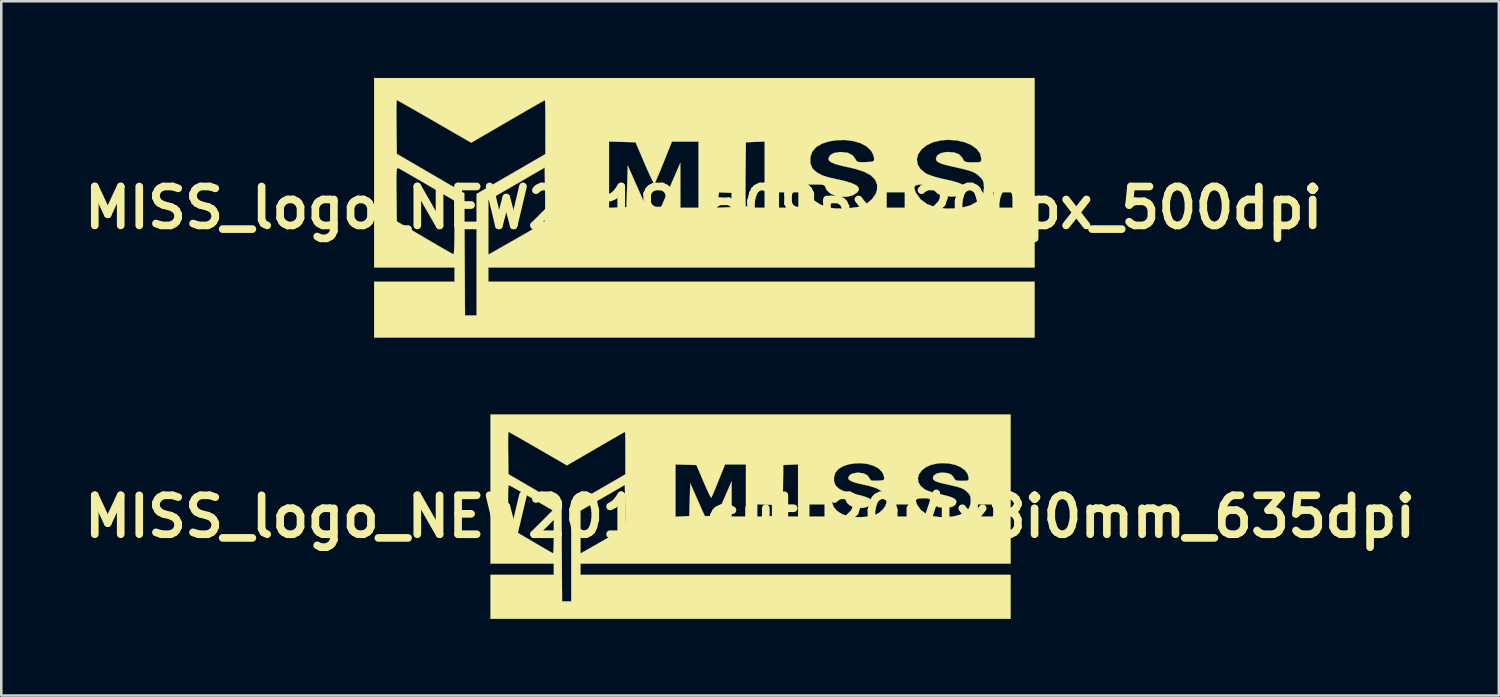
<source format=kicad_pcb>
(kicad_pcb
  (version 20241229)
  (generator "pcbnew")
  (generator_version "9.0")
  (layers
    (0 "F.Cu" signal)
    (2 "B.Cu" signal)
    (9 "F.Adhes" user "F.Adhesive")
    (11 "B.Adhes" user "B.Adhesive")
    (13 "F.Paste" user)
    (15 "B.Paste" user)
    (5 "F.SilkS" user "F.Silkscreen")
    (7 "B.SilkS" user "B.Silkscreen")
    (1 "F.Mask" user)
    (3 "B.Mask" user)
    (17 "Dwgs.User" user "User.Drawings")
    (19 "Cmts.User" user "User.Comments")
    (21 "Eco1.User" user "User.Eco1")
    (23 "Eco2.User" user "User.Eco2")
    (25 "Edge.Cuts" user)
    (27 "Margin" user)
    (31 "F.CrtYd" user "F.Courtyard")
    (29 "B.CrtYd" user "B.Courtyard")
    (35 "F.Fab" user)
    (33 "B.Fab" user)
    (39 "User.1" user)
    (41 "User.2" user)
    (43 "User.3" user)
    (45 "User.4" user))
  (footprint "MISS_logo_NEW2019_cut_20i4x8i0mm_635dpi"
    (layer "F.Cu")
    (at 26.314 17.175)
    (property "Reference" "MISS_logo_NEW2019_cut_20i4x8i0mm_635dpi" (at 0 0 0) (layer "F.SilkS") (effects (font (size 1.524 1.524) (thickness 0.3))))
    (attr through_hole)
    (fp_poly (pts (xy 10.2 1.84) (xy -6.64 1.84) (xy -6.64 2.28) (xy 10.2 2.28) (xy 10.2 4) (xy -10.16 4) (xy -10.16 2.28) (xy -7.68 2.28) (xy -7.68 1.84) (xy -10.16 1.84) (xy -10.16 -0.817) (xy -9.474 -0.817) (xy -9.473 -0.573) (xy -9.471 -0.415) (xy -9.46 0.42) (xy -8.6 0.926) (xy -8.363 1.065) (xy -8.148 1.19) (xy -7.966 1.295) (xy -7.826 1.374) (xy -7.737 1.423) (xy -7.71 1.436) (xy -7.701 1.399) (xy -7.693 1.294) (xy -7.687 1.132) (xy -7.682 0.926) (xy -7.68 0.686) (xy -7.68 0.61) (xy -7.681 -0.22) (xy -7.79 -0.284) (xy -7.857 -0.323) (xy -7.981 -0.395) (xy -8.15 -0.493) (xy -8.351 -0.611) (xy -8.573 -0.741) (xy -8.635 -0.777) (xy -8.856 -0.906) (xy -9.056 -1.021) (xy -9.223 -1.117) (xy -9.347 -1.186) (xy -9.417 -1.224) (xy -9.426 -1.228) (xy -9.445 -1.224) (xy -9.458 -1.19) (xy -9.468 -1.117) (xy -9.473 -0.996) (xy -9.474 -0.817) (xy -10.16 -0.817) (xy -10.16 -2.806) (xy -9.473 -2.806) (xy -9.472 -2.565) (xy -9.471 -2.491) (xy -9.46 -1.661) (xy -7.38 -0.45) (xy -7.37 1.435) (xy -7.359 3.32) (xy -7 3.32) (xy -7 -0.233) (xy -6.64 -0.233) (xy -6.64 1.446) (xy -6.41 1.316) (xy -6.297 1.252) (xy -6.133 1.158) (xy -5.933 1.043) (xy -5.715 0.919) (xy -5.56 0.83) (xy -5.358 0.714) (xy -5.181 0.61) (xy -5.038 0.526) (xy -4.944 0.468) (xy -4.909 0.445) (xy -4.9 0.397) (xy -4.894 0.282) (xy -4.889 0.112) (xy -4.888 0.004) (xy -2.92 0.004) (xy -2.917 0.004) (xy 0.28 0.004) (xy 0.86 -0.02) (xy 0.86 -0.46) (xy 0.57 -0.472) (xy 0.28 -0.484) (xy 0.28 0.004) (xy -2.917 0.004) (xy -2.65 -0.008) (xy -2.38 -0.02) (xy -2.34 -1.3) (xy -1.772 -0.02) (xy -1.314 -0.02) (xy -1.201 -0.28) (xy -1.136 -0.429) (xy -1.052 -0.622) (xy -0.961 -0.83) (xy -0.905 -0.96) (xy -0.721 -1.38) (xy -0.72 0) (xy -0.16 0) (xy -0.16 -0.544) (xy 1.287 -0.544) (xy 1.288 -0.336) (xy 1.29 -0.176) (xy 1.295 -0.077) (xy 1.298 -0.051) (xy 1.349 -0.02) (xy 1.473 -0.003) (xy 1.599 0) (xy 1.88 0) (xy 1.88 -0.48) (xy 2.32 -0.48) (xy 2.32 0) (xy 2.92 0) (xy 2.92 -0.48) (xy 2.32 -0.48) (xy 1.88 -0.48) (xy 1.88 -0.72) (xy 3.189 -0.72) (xy 3.211 -0.556) (xy 3.274 -0.377) (xy 3.407 -0.222) (xy 3.602 -0.097) (xy 3.849 -0.009) (xy 3.894 0.001) (xy 4.053 0.02) (xy 4.259 0.023) (xy 4.48 0.013) (xy 4.686 -0.01) (xy 4.847 -0.043) (xy 4.858 -0.047) (xy 5.035 -0.135) (xy 5.189 -0.266) (xy 5.3 -0.42) (xy 5.321 -0.48) (xy 5.64 -0.48) (xy 5.64 0) (xy 6.2 0) (xy 6.2 -0.48) (xy 5.64 -0.48) (xy 5.321 -0.48) (xy 5.342 -0.538) (xy 5.344 -0.621) (xy 6.489 -0.621) (xy 6.515 -0.52) (xy 6.546 -0.454) (xy 6.687 -0.257) (xy 6.889 -0.112) (xy 7.148 -0.017) (xy 7.463 0.024) (xy 7.686 0.023) (xy 7.969 -0.006) (xy 8.192 -0.064) (xy 8.237 -0.082) (xy 8.435 -0.19) (xy 8.562 -0.317) (xy 8.627 -0.475) (xy 8.627 -0.48) (xy 8.92 -0.48) (xy 8.92 0) (xy 9.52 0) (xy 9.52 -0.48) (xy 8.92 -0.48) (xy 8.627 -0.48) (xy 8.64 -0.618) (xy 8.633 -0.754) (xy 8.604 -0.845) (xy 8.54 -0.927) (xy 8.515 -0.952) (xy 8.442 -1.019) (xy 8.367 -1.071) (xy 8.276 -1.115) (xy 8.152 -1.156) (xy 7.982 -1.2) (xy 7.749 -1.253) (xy 7.724 -1.259) (xy 7.499 -1.311) (xy 7.342 -1.356) (xy 7.241 -1.397) (xy 7.185 -1.441) (xy 7.162 -1.492) (xy 7.16 -1.523) (xy 7.197 -1.612) (xy 7.297 -1.679) (xy 7.446 -1.716) (xy 7.526 -1.72) (xy 7.725 -1.704) (xy 7.865 -1.652) (xy 7.959 -1.557) (xy 7.979 -1.522) (xy 8.018 -1.456) (xy 8.064 -1.419) (xy 8.14 -1.404) (xy 8.268 -1.4) (xy 8.301 -1.4) (xy 8.44 -1.402) (xy 8.518 -1.411) (xy 8.552 -1.437) (xy 8.56 -1.485) (xy 8.56 -1.505) (xy 8.522 -1.669) (xy 8.417 -1.813) (xy 8.254 -1.933) (xy 8.045 -2.023) (xy 7.8 -2.079) (xy 7.529 -2.095) (xy 7.317 -2.079) (xy 7.068 -2.02) (xy 6.865 -1.924) (xy 6.711 -1.799) (xy 6.612 -1.654) (xy 6.571 -1.5) (xy 6.592 -1.344) (xy 6.679 -1.197) (xy 6.836 -1.068) (xy 6.866 -1.05) (xy 6.978 -1.003) (xy 7.141 -0.95) (xy 7.327 -0.9) (xy 7.418 -0.881) (xy 7.678 -0.822) (xy 7.866 -0.765) (xy 7.99 -0.708) (xy 8.059 -0.646) (xy 8.08 -0.576) (xy 8.043 -0.47) (xy 7.938 -0.395) (xy 7.768 -0.353) (xy 7.626 -0.346) (xy 7.391 -0.369) (xy 7.215 -0.436) (xy 7.101 -0.544) (xy 7.073 -0.603) (xy 7.046 -0.666) (xy 7.009 -0.701) (xy 6.938 -0.716) (xy 6.814 -0.72) (xy 6.775 -0.72) (xy 6.611 -0.712) (xy 6.518 -0.682) (xy 6.489 -0.621) (xy 5.344 -0.621) (xy 5.346 -0.719) (xy 5.281 -0.874) (xy 5.146 -1.005) (xy 4.939 -1.115) (xy 4.657 -1.205) (xy 4.508 -1.238) (xy 4.249 -1.296) (xy 4.062 -1.348) (xy 3.938 -1.398) (xy 3.869 -1.451) (xy 3.846 -1.509) (xy 3.847 -1.528) (xy 3.899 -1.623) (xy 4.016 -1.688) (xy 4.188 -1.717) (xy 4.24 -1.719) (xy 4.445 -1.693) (xy 4.592 -1.616) (xy 4.673 -1.507) (xy 4.706 -1.448) (xy 4.748 -1.416) (xy 4.82 -1.404) (xy 4.944 -1.406) (xy 4.993 -1.408) (xy 5.135 -1.416) (xy 5.214 -1.429) (xy 5.248 -1.454) (xy 5.254 -1.502) (xy 5.252 -1.53) (xy 5.224 -1.639) (xy 5.164 -1.754) (xy 5.159 -1.761) (xy 5.02 -1.896) (xy 4.828 -1.995) (xy 4.601 -2.06) (xy 4.353 -2.09) (xy 4.1 -2.085) (xy 3.858 -2.046) (xy 3.641 -1.974) (xy 3.465 -1.869) (xy 3.346 -1.73) (xy 3.34 -1.72) (xy 3.286 -1.549) (xy 3.288 -1.376) (xy 3.345 -1.228) (xy 3.375 -1.19) (xy 3.496 -1.084) (xy 3.648 -1.003) (xy 3.849 -0.937) (xy 4.03 -0.897) (xy 4.329 -0.83) (xy 4.551 -0.763) (xy 4.698 -0.695) (xy 4.774 -0.624) (xy 4.782 -0.548) (xy 4.73 -0.472) (xy 4.597 -0.386) (xy 4.429 -0.342) (xy 4.245 -0.338) (xy 4.066 -0.37) (xy 3.911 -0.437) (xy 3.8 -0.535) (xy 3.766 -0.599) (xy 3.74 -0.663) (xy 3.704 -0.7) (xy 3.637 -0.716) (xy 3.519 -0.72) (xy 3.457 -0.72) (xy 3.189 -0.72) (xy 1.88 -0.72) (xy 1.88 -2.044) (xy 1.59 -2.032) (xy 1.3 -2.02) (xy 1.289 -1.061) (xy 1.287 -0.79) (xy 1.287 -0.544) (xy -0.16 -0.544) (xy -0.16 -2.04) (xy -0.57 -2.04) (xy -0.98 -2.04) (xy -1.238 -1.398) (xy -1.323 -1.187) (xy -1.4 -1.003) (xy -1.462 -0.859) (xy -1.505 -0.767) (xy -1.521 -0.739) (xy -1.544 -0.769) (xy -1.592 -0.861) (xy -1.661 -1.004) (xy -1.743 -1.187) (xy -1.823 -1.372) (xy -2.1 -2.02) (xy -2.51 -2.031) (xy -2.92 -2.043) (xy -2.92 0.004) (xy -4.888 0.004) (xy -4.887 -0.102) (xy -4.888 -0.345) (xy -4.889 -0.414) (xy -4.9 -1.242) (xy -6.64 -0.233) (xy -7 -0.233) (xy -7 -0.427) (xy -5.94 -1.041) (xy -4.88 -1.654) (xy -4.88 -2.487) (xy -4.881 -2.735) (xy -4.882 -2.954) (xy -4.885 -3.132) (xy -4.889 -3.257) (xy -4.893 -3.316) (xy -4.894 -3.32) (xy -4.931 -3.301) (xy -5.028 -3.246) (xy -5.178 -3.16) (xy -5.373 -3.048) (xy -5.604 -2.915) (xy -5.863 -2.765) (xy -6.038 -2.663) (xy -7.167 -2.007) (xy -7.294 -2.079) (xy -7.36 -2.118) (xy -7.486 -2.191) (xy -7.661 -2.292) (xy -7.875 -2.415) (xy -8.118 -2.556) (xy -8.38 -2.707) (xy -8.43 -2.736) (xy -8.687 -2.885) (xy -8.922 -3.019) (xy -9.125 -3.135) (xy -9.288 -3.227) (xy -9.401 -3.29) (xy -9.457 -3.319) (xy -9.46 -3.32) (xy -9.466 -3.282) (xy -9.47 -3.176) (xy -9.473 -3.013) (xy -9.473 -2.806) (xy -10.16 -2.806) (xy -10.16 -4) (xy 10.2 -4) (xy 10.2 1.84)) (stroke (width 0.01) (type solid)) (fill yes) (layer "F.SilkS")))
  (footprint "MISS_logo_NEW2019_509px_200px_500dpi"
    (layer "F.Cu")
    (at 24.5 5.085)
    (property "Reference" "MISS_logo_NEW2019_509px_200px_500dpi" (at 0 0 0) (layer "F.SilkS") (effects (font (size 1.524 1.524) (thickness 0.3))))
    (attr through_hole)
    (fp_poly (pts (xy 12.954 2.337) (xy -8.433 2.337) (xy -8.433 2.896) (xy 12.954 2.896) (xy 12.954 5.08) (xy -12.903 5.08) (xy -12.903 2.896) (xy -9.754 2.896) (xy -9.754 2.337) (xy -12.903 2.337) (xy -12.903 -1.038) (xy -12.032 -1.038) (xy -12.03 -0.727) (xy -12.028 -0.527) (xy -12.014 0.533) (xy -10.922 1.176) (xy -10.621 1.353) (xy -10.348 1.511) (xy -10.117 1.645) (xy -9.939 1.746) (xy -9.826 1.807) (xy -9.792 1.824) (xy -9.78 1.777) (xy -9.77 1.644) (xy -9.762 1.438) (xy -9.757 1.175) (xy -9.754 0.871) (xy -9.754 0.775) (xy -9.754 -0.279) (xy -9.894 -0.36) (xy -9.979 -0.41) (xy -10.136 -0.502) (xy -10.35 -0.627) (xy -10.606 -0.776) (xy -10.888 -0.941) (xy -10.967 -0.987) (xy -11.247 -1.15) (xy -11.501 -1.297) (xy -11.714 -1.418) (xy -11.871 -1.507) (xy -11.96 -1.554) (xy -11.971 -1.559) (xy -11.995 -1.555) (xy -12.012 -1.511) (xy -12.024 -1.419) (xy -12.03 -1.265) (xy -12.032 -1.038) (xy -12.903 -1.038) (xy -12.903 -3.563) (xy -12.031 -3.563) (xy -12.029 -3.258) (xy -12.028 -3.163) (xy -12.014 -2.11) (xy -9.373 -0.572) (xy -9.346 4.216) (xy -8.89 4.216) (xy -8.89 -0.295) (xy -8.433 -0.295) (xy -8.433 1.836) (xy -8.141 1.671) (xy -7.998 1.589) (xy -7.789 1.47) (xy -7.535 1.325) (xy -7.258 1.167) (xy -7.061 1.054) (xy -6.805 0.907) (xy -6.579 0.775) (xy -6.399 0.668) (xy -6.279 0.595) (xy -6.235 0.565) (xy -6.224 0.505) (xy -6.215 0.358) (xy -6.209 0.142) (xy -6.208 0.005) (xy -3.708 0.005) (xy -3.704 0.004) (xy 0.356 0.004) (xy 0.724 -0.01) (xy 1.092 -0.025) (xy 1.092 -0.584) (xy 0.356 -0.614) (xy 0.356 0.004) (xy -3.704 0.004) (xy -3.023 -0.025) (xy -2.972 -1.651) (xy -2.251 -0.025) (xy -1.668 -0.025) (xy -1.525 -0.356) (xy -1.443 -0.545) (xy -1.336 -0.79) (xy -1.221 -1.054) (xy -1.149 -1.219) (xy -0.916 -1.753) (xy -0.915 -0.876) (xy -0.914 0) (xy -0.203 0) (xy -0.203 -0.691) (xy 1.634 -0.691) (xy 1.635 -0.426) (xy 1.639 -0.224) (xy 1.644 -0.098) (xy 1.648 -0.065) (xy 1.713 -0.025) (xy 1.871 -0.004) (xy 2.03 0) (xy 2.388 0) (xy 2.388 -0.61) (xy 2.946 -0.61) (xy 2.946 0) (xy 3.708 0) (xy 3.708 -0.61) (xy 2.946 -0.61) (xy 2.388 -0.61) (xy 2.388 -0.914) (xy 4.051 -0.914) (xy 4.079 -0.706) (xy 4.159 -0.479) (xy 4.327 -0.282) (xy 4.574 -0.123) (xy 4.889 -0.012) (xy 4.945 0.001) (xy 5.148 0.025) (xy 5.409 0.029) (xy 5.69 0.016) (xy 5.952 -0.013) (xy 6.155 -0.055) (xy 6.17 -0.059) (xy 6.394 -0.171) (xy 6.59 -0.338) (xy 6.731 -0.533) (xy 6.758 -0.61) (xy 7.163 -0.61) (xy 7.163 0) (xy 7.874 0) (xy 7.874 -0.61) (xy 7.163 -0.61) (xy 6.758 -0.61) (xy 6.785 -0.684) (xy 6.787 -0.789) (xy 8.241 -0.789) (xy 8.274 -0.661) (xy 8.314 -0.576) (xy 8.493 -0.327) (xy 8.748 -0.142) (xy 9.078 -0.022) (xy 9.478 0.031) (xy 9.761 0.029) (xy 10.12 -0.008) (xy 10.403 -0.082) (xy 10.461 -0.105) (xy 10.712 -0.241) (xy 10.873 -0.402) (xy 10.956 -0.603) (xy 10.956 -0.61) (xy 11.328 -0.61) (xy 11.328 0) (xy 12.09 0) (xy 12.09 -0.61) (xy 11.328 -0.61) (xy 10.956 -0.61) (xy 10.973 -0.785) (xy 10.964 -0.958) (xy 10.928 -1.073) (xy 10.846 -1.178) (xy 10.815 -1.209) (xy 10.722 -1.294) (xy 10.627 -1.36) (xy 10.51 -1.416) (xy 10.353 -1.468) (xy 10.137 -1.524) (xy 9.842 -1.592) (xy 9.809 -1.599) (xy 9.524 -1.665) (xy 9.324 -1.722) (xy 9.196 -1.774) (xy 9.125 -1.83) (xy 9.096 -1.895) (xy 9.093 -1.934) (xy 9.14 -2.047) (xy 9.267 -2.132) (xy 9.456 -2.179) (xy 9.558 -2.184) (xy 9.811 -2.164) (xy 9.988 -2.098) (xy 10.108 -1.977) (xy 10.133 -1.933) (xy 10.183 -1.849) (xy 10.241 -1.803) (xy 10.337 -1.783) (xy 10.5 -1.778) (xy 10.542 -1.778) (xy 10.719 -1.78) (xy 10.818 -1.792) (xy 10.861 -1.825) (xy 10.871 -1.886) (xy 10.871 -1.912) (xy 10.824 -2.12) (xy 10.69 -2.303) (xy 10.483 -2.455) (xy 10.217 -2.569) (xy 9.905 -2.64) (xy 9.562 -2.661) (xy 9.293 -2.641) (xy 8.976 -2.566) (xy 8.718 -2.443) (xy 8.523 -2.284) (xy 8.397 -2.101) (xy 8.345 -1.904) (xy 8.372 -1.707) (xy 8.482 -1.52) (xy 8.682 -1.356) (xy 8.72 -1.334) (xy 8.862 -1.273) (xy 9.069 -1.206) (xy 9.306 -1.144) (xy 9.42 -1.118) (xy 9.751 -1.043) (xy 9.99 -0.972) (xy 10.148 -0.899) (xy 10.235 -0.82) (xy 10.262 -0.732) (xy 10.215 -0.597) (xy 10.081 -0.502) (xy 9.865 -0.449) (xy 9.684 -0.439) (xy 9.387 -0.468) (xy 9.162 -0.553) (xy 9.018 -0.691) (xy 8.983 -0.765) (xy 8.949 -0.846) (xy 8.901 -0.891) (xy 8.811 -0.91) (xy 8.653 -0.914) (xy 8.604 -0.914) (xy 8.396 -0.904) (xy 8.278 -0.866) (xy 8.241 -0.789) (xy 6.787 -0.789) (xy 6.789 -0.913) (xy 6.707 -1.11) (xy 6.536 -1.277) (xy 6.272 -1.416) (xy 5.914 -1.53) (xy 5.725 -1.573) (xy 5.397 -1.646) (xy 5.159 -1.712) (xy 5.001 -1.776) (xy 4.913 -1.843) (xy 4.884 -1.916) (xy 4.886 -1.941) (xy 4.952 -2.061) (xy 5.1 -2.143) (xy 5.319 -2.181) (xy 5.385 -2.183) (xy 5.646 -2.15) (xy 5.832 -2.052) (xy 5.935 -1.914) (xy 5.977 -1.839) (xy 6.03 -1.799) (xy 6.121 -1.784) (xy 6.279 -1.786) (xy 6.341 -1.788) (xy 6.521 -1.798) (xy 6.622 -1.814) (xy 6.665 -1.847) (xy 6.673 -1.907) (xy 6.671 -1.944) (xy 6.634 -2.082) (xy 6.558 -2.228) (xy 6.552 -2.237) (xy 6.375 -2.408) (xy 6.132 -2.534) (xy 5.844 -2.616) (xy 5.529 -2.654) (xy 5.208 -2.648) (xy 4.899 -2.599) (xy 4.624 -2.507) (xy 4.4 -2.373) (xy 4.249 -2.198) (xy 4.242 -2.185) (xy 4.173 -1.968) (xy 4.175 -1.748) (xy 4.248 -1.56) (xy 4.286 -1.511) (xy 4.439 -1.377) (xy 4.633 -1.273) (xy 4.889 -1.19) (xy 5.118 -1.139) (xy 5.497 -1.054) (xy 5.779 -0.969) (xy 5.967 -0.883) (xy 6.064 -0.793) (xy 6.073 -0.696) (xy 6.007 -0.6) (xy 5.839 -0.49) (xy 5.625 -0.435) (xy 5.392 -0.429) (xy 5.164 -0.47) (xy 4.967 -0.554) (xy 4.826 -0.679) (xy 4.783 -0.76) (xy 4.75 -0.842) (xy 4.704 -0.888) (xy 4.619 -0.909) (xy 4.469 -0.914) (xy 4.39 -0.914) (xy 4.051 -0.914) (xy 2.388 -0.914) (xy 2.388 -2.595) (xy 1.651 -2.565) (xy 1.637 -1.347) (xy 1.635 -1.003) (xy 1.634 -0.691) (xy -0.203 -0.691) (xy -0.203 -2.591) (xy -0.724 -2.591) (xy -1.245 -2.59) (xy -1.572 -1.775) (xy -1.68 -1.507) (xy -1.778 -1.274) (xy -1.857 -1.091) (xy -1.911 -0.975) (xy -1.932 -0.939) (xy -1.961 -0.977) (xy -2.022 -1.094) (xy -2.109 -1.276) (xy -2.214 -1.508) (xy -2.316 -1.742) (xy -2.667 -2.565) (xy -3.188 -2.58) (xy -3.708 -2.594) (xy -3.708 0.005) (xy -6.208 0.005) (xy -6.207 -0.129) (xy -6.208 -0.439) (xy -6.209 -0.525) (xy -6.223 -1.577) (xy -7.328 -0.936) (xy -8.433 -0.295) (xy -8.89 -0.295) (xy -8.89 -0.543) (xy -7.544 -1.322) (xy -6.198 -2.101) (xy -6.198 -3.159) (xy -6.198 -3.474) (xy -6.201 -3.752) (xy -6.204 -3.978) (xy -6.209 -4.136) (xy -6.214 -4.212) (xy -6.215 -4.216) (xy -6.262 -4.192) (xy -6.386 -4.122) (xy -6.577 -4.013) (xy -6.824 -3.871) (xy -7.117 -3.702) (xy -7.446 -3.512) (xy -7.668 -3.383) (xy -9.102 -2.549) (xy -9.263 -2.641) (xy -9.348 -2.69) (xy -9.507 -2.782) (xy -9.729 -2.91) (xy -10.001 -3.067) (xy -10.31 -3.246) (xy -10.642 -3.438) (xy -10.706 -3.475) (xy -11.033 -3.663) (xy -11.331 -3.834) (xy -11.589 -3.981) (xy -11.795 -4.098) (xy -11.939 -4.178) (xy -12.01 -4.215) (xy -12.015 -4.216) (xy -12.022 -4.168) (xy -12.027 -4.033) (xy -12.031 -3.826) (xy -12.031 -3.563) (xy -12.903 -3.563) (xy -12.903 -5.08) (xy 12.954 -5.08) (xy 12.954 2.337)) (stroke (width 0.01) (type solid)) (fill yes) (layer "F.SilkS")))
  (gr_rect
    (start -3 -3)
    (end 55.629 24.18)
    (stroke (width 0.1) (type default))
    (fill no)
    (layer "Edge.Cuts")))
</source>
